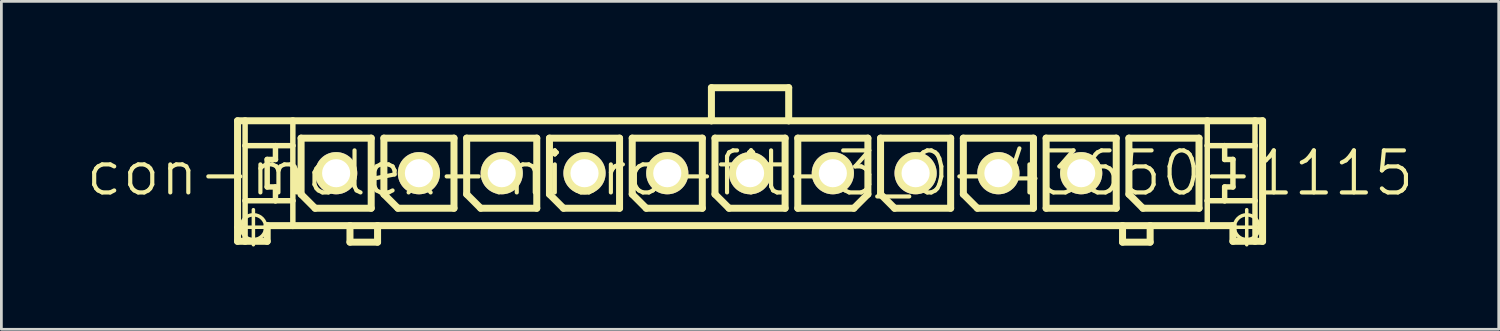
<source format=kicad_pcb>
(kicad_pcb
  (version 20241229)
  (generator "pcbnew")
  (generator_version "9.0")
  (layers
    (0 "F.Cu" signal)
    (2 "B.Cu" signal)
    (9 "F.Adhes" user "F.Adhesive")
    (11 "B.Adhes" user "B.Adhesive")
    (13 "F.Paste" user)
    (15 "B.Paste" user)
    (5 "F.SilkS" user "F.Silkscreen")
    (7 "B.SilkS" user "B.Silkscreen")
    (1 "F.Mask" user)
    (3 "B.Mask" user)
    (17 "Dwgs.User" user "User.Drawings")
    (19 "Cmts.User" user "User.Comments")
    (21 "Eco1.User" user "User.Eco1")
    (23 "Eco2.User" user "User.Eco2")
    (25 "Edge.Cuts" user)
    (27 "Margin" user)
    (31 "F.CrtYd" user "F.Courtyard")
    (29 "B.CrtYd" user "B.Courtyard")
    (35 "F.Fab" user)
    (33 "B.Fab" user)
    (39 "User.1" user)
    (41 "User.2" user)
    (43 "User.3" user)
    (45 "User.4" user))
  (footprint "con-molex-micro-fit-3_0-43650-1115"
    (layer "F.Cu")
    (at 24.13 3.226)
    (property "Reference" "con-molex-micro-fit-3_0-43650-1115" (at 0 0 0) (layer "F.SilkS") (effects (font (size 1.524 1.524) (thickness 0.15))))
    (attr exclude_from_pos_files exclude_from_bom)
    (fp_line (start -18.633 1.958) (end -17.363 1.958) (stroke (width 0.127) (type solid)) (layer "F.SilkS"))
    (fp_line (start -18.572 -1.9) (end -18.298 -1.9) (stroke (width 0.254) (type solid)) (layer "F.SilkS"))
    (fp_line (start -18.572 2.469) (end -18.572 -1.9) (stroke (width 0.254) (type solid)) (layer "F.SilkS"))
    (fp_line (start -18.298 -1.9) (end -16.568 -1.9) (stroke (width 0.254) (type solid)) (layer "F.SilkS"))
    (fp_line (start -18.298 -0.998) (end -18.298 -1.9) (stroke (width 0.198) (type solid)) (layer "F.SilkS"))
    (fp_line (start -18.298 0.998) (end -18.298 -0.998) (stroke (width 0.198) (type solid)) (layer "F.SilkS"))
    (fp_line (start -18.298 2.469) (end -18.572 2.469) (stroke (width 0.254) (type solid)) (layer "F.SilkS"))
    (fp_line (start -18.298 2.469) (end -18.298 0.998) (stroke (width 0.198) (type solid)) (layer "F.SilkS"))
    (fp_line (start -17.998 2.593) (end -17.998 1.323) (stroke (width 0.127) (type solid)) (layer "F.SilkS"))
    (fp_line (start -17.498 -0.498) (end -17.498 0.498) (stroke (width 0.198) (type solid)) (layer "F.SilkS"))
    (fp_line (start -17.498 0.498) (end -17.198 0.498) (stroke (width 0.198) (type solid)) (layer "F.SilkS"))
    (fp_line (start -17.498 1.9) (end -17.498 2.469) (stroke (width 0.254) (type solid)) (layer "F.SilkS"))
    (fp_line (start -17.498 2.469) (end -18.298 2.469) (stroke (width 0.254) (type solid)) (layer "F.SilkS"))
    (fp_line (start -17.198 -0.998) (end -18.298 -0.998) (stroke (width 0.198) (type solid)) (layer "F.SilkS"))
    (fp_line (start -17.198 -0.998) (end -17.198 -0.498) (stroke (width 0.198) (type solid)) (layer "F.SilkS"))
    (fp_line (start -17.198 -0.498) (end -17.498 -0.498) (stroke (width 0.198) (type solid)) (layer "F.SilkS"))
    (fp_line (start -17.198 0.498) (end -17.198 0.998) (stroke (width 0.198) (type solid)) (layer "F.SilkS"))
    (fp_line (start -17.198 0.998) (end -18.298 0.998) (stroke (width 0.198) (type solid)) (layer "F.SilkS"))
    (fp_line (start -16.568 -1.9) (end -1.4 -1.9) (stroke (width 0.254) (type solid)) (layer "F.SilkS"))
    (fp_line (start -16.568 -0.998) (end -17.198 -0.998) (stroke (width 0.198) (type solid)) (layer "F.SilkS"))
    (fp_line (start -16.568 -0.998) (end -16.568 -1.9) (stroke (width 0.198) (type solid)) (layer "F.SilkS"))
    (fp_line (start -16.568 0.998) (end -17.198 0.998) (stroke (width 0.198) (type solid)) (layer "F.SilkS"))
    (fp_line (start -16.568 0.998) (end -16.568 -0.998) (stroke (width 0.198) (type solid)) (layer "F.SilkS"))
    (fp_line (start -16.568 1.9) (end -17.498 1.9) (stroke (width 0.254) (type solid)) (layer "F.SilkS"))
    (fp_line (start -16.568 1.9) (end -16.568 0.998) (stroke (width 0.198) (type solid)) (layer "F.SilkS"))
    (fp_line (start -16.269 -1.27) (end -13.729 -1.27) (stroke (width 0.254) (type solid)) (layer "F.SilkS"))
    (fp_line (start -16.269 0.762) (end -16.269 -1.27) (stroke (width 0.254) (type solid)) (layer "F.SilkS"))
    (fp_line (start -15.761 1.27) (end -16.269 0.762) (stroke (width 0.254) (type solid)) (layer "F.SilkS"))
    (fp_line (start -14.498 1.9) (end -16.568 1.9) (stroke (width 0.254) (type solid)) (layer "F.SilkS"))
    (fp_line (start -14.498 1.9) (end -14.498 2.499) (stroke (width 0.254) (type solid)) (layer "F.SilkS"))
    (fp_line (start -14.498 2.499) (end -13.498 2.499) (stroke (width 0.254) (type solid)) (layer "F.SilkS"))
    (fp_line (start -13.729 -1.27) (end -13.729 1.27) (stroke (width 0.254) (type solid)) (layer "F.SilkS"))
    (fp_line (start -13.729 1.27) (end -15.761 1.27) (stroke (width 0.254) (type solid)) (layer "F.SilkS"))
    (fp_line (start -13.498 1.9) (end -14.498 1.9) (stroke (width 0.254) (type solid)) (layer "F.SilkS"))
    (fp_line (start -13.498 2.499) (end -13.498 1.9) (stroke (width 0.254) (type solid)) (layer "F.SilkS"))
    (fp_line (start -13.269 -1.27) (end -10.729 -1.27) (stroke (width 0.254) (type solid)) (layer "F.SilkS"))
    (fp_line (start -13.269 0.762) (end -13.269 -1.27) (stroke (width 0.254) (type solid)) (layer "F.SilkS"))
    (fp_line (start -12.761 1.27) (end -13.269 0.762) (stroke (width 0.254) (type solid)) (layer "F.SilkS"))
    (fp_line (start -10.729 -1.27) (end -10.729 1.27) (stroke (width 0.254) (type solid)) (layer "F.SilkS"))
    (fp_line (start -10.729 1.27) (end -12.761 1.27) (stroke (width 0.254) (type solid)) (layer "F.SilkS"))
    (fp_line (start -10.269 -1.27) (end -7.729 -1.27) (stroke (width 0.254) (type solid)) (layer "F.SilkS"))
    (fp_line (start -10.269 0.762) (end -10.269 -1.27) (stroke (width 0.254) (type solid)) (layer "F.SilkS"))
    (fp_line (start -9.761 1.27) (end -10.269 0.762) (stroke (width 0.254) (type solid)) (layer "F.SilkS"))
    (fp_line (start -7.729 -1.27) (end -7.729 1.27) (stroke (width 0.254) (type solid)) (layer "F.SilkS"))
    (fp_line (start -7.729 1.27) (end -9.761 1.27) (stroke (width 0.254) (type solid)) (layer "F.SilkS"))
    (fp_line (start -7.269 -1.27) (end -4.729 -1.27) (stroke (width 0.254) (type solid)) (layer "F.SilkS"))
    (fp_line (start -7.269 0.762) (end -7.269 -1.27) (stroke (width 0.254) (type solid)) (layer "F.SilkS"))
    (fp_line (start -6.761 1.27) (end -7.269 0.762) (stroke (width 0.254) (type solid)) (layer "F.SilkS"))
    (fp_line (start -4.729 -1.27) (end -4.729 1.27) (stroke (width 0.254) (type solid)) (layer "F.SilkS"))
    (fp_line (start -4.729 1.27) (end -6.761 1.27) (stroke (width 0.254) (type solid)) (layer "F.SilkS"))
    (fp_line (start -4.27 -1.27) (end -1.73 -1.27) (stroke (width 0.254) (type solid)) (layer "F.SilkS"))
    (fp_line (start -4.27 0.762) (end -4.27 -1.27) (stroke (width 0.254) (type solid)) (layer "F.SilkS"))
    (fp_line (start -3.762 1.27) (end -4.27 0.762) (stroke (width 0.254) (type solid)) (layer "F.SilkS"))
    (fp_line (start -1.73 -1.27) (end -1.73 1.27) (stroke (width 0.254) (type solid)) (layer "F.SilkS"))
    (fp_line (start -1.73 1.27) (end -3.762 1.27) (stroke (width 0.254) (type solid)) (layer "F.SilkS"))
    (fp_line (start -1.4 -3.099) (end -1.4 -1.9) (stroke (width 0.254) (type solid)) (layer "F.SilkS"))
    (fp_line (start -1.4 -3.099) (end 1.4 -3.099) (stroke (width 0.254) (type solid)) (layer "F.SilkS"))
    (fp_line (start -1.4 -1.9) (end 1.4 -1.9) (stroke (width 0.254) (type solid)) (layer "F.SilkS"))
    (fp_line (start -1.27 -1.27) (end 1.27 -1.27) (stroke (width 0.254) (type solid)) (layer "F.SilkS"))
    (fp_line (start -1.27 0.762) (end -1.27 -1.27) (stroke (width 0.254) (type solid)) (layer "F.SilkS"))
    (fp_line (start -0.762 1.27) (end -1.27 0.762) (stroke (width 0.254) (type solid)) (layer "F.SilkS"))
    (fp_line (start 1.27 -1.27) (end 1.27 1.27) (stroke (width 0.254) (type solid)) (layer "F.SilkS"))
    (fp_line (start 1.27 1.27) (end -0.762 1.27) (stroke (width 0.254) (type solid)) (layer "F.SilkS"))
    (fp_line (start 1.4 -3.099) (end 1.4 -1.9) (stroke (width 0.254) (type solid)) (layer "F.SilkS"))
    (fp_line (start 1.4 -1.9) (end 16.568 -1.9) (stroke (width 0.254) (type solid)) (layer "F.SilkS"))
    (fp_line (start 1.73 -1.27) (end 4.27 -1.27) (stroke (width 0.254) (type solid)) (layer "F.SilkS"))
    (fp_line (start 1.73 1.27) (end 1.73 -1.27) (stroke (width 0.254) (type solid)) (layer "F.SilkS"))
    (fp_line (start 3.762 1.27) (end 1.73 1.27) (stroke (width 0.254) (type solid)) (layer "F.SilkS"))
    (fp_line (start 4.27 -1.27) (end 4.27 0.762) (stroke (width 0.254) (type solid)) (layer "F.SilkS"))
    (fp_line (start 4.27 0.762) (end 3.762 1.27) (stroke (width 0.254) (type solid)) (layer "F.SilkS"))
    (fp_line (start 4.729 -1.27) (end 7.269 -1.27) (stroke (width 0.254) (type solid)) (layer "F.SilkS"))
    (fp_line (start 4.729 0.762) (end 4.729 -1.27) (stroke (width 0.254) (type solid)) (layer "F.SilkS"))
    (fp_line (start 5.237 1.27) (end 4.729 0.762) (stroke (width 0.254) (type solid)) (layer "F.SilkS"))
    (fp_line (start 7.269 -1.27) (end 7.269 1.27) (stroke (width 0.254) (type solid)) (layer "F.SilkS"))
    (fp_line (start 7.269 1.27) (end 5.237 1.27) (stroke (width 0.254) (type solid)) (layer "F.SilkS"))
    (fp_line (start 7.729 -1.27) (end 10.269 -1.27) (stroke (width 0.254) (type solid)) (layer "F.SilkS"))
    (fp_line (start 7.729 0.762) (end 7.729 -1.27) (stroke (width 0.254) (type solid)) (layer "F.SilkS"))
    (fp_line (start 8.237 1.27) (end 7.729 0.762) (stroke (width 0.254) (type solid)) (layer "F.SilkS"))
    (fp_line (start 10.269 -1.27) (end 10.269 1.27) (stroke (width 0.254) (type solid)) (layer "F.SilkS"))
    (fp_line (start 10.269 1.27) (end 8.237 1.27) (stroke (width 0.254) (type solid)) (layer "F.SilkS"))
    (fp_line (start 10.729 -1.27) (end 13.269 -1.27) (stroke (width 0.254) (type solid)) (layer "F.SilkS"))
    (fp_line (start 10.729 1.27) (end 10.729 -1.27) (stroke (width 0.254) (type solid)) (layer "F.SilkS"))
    (fp_line (start 13.269 -1.27) (end 13.269 1.27) (stroke (width 0.254) (type solid)) (layer "F.SilkS"))
    (fp_line (start 13.269 1.27) (end 10.729 1.27) (stroke (width 0.254) (type solid)) (layer "F.SilkS"))
    (fp_line (start 13.498 1.9) (end -13.498 1.9) (stroke (width 0.254) (type solid)) (layer "F.SilkS"))
    (fp_line (start 13.498 1.9) (end 13.498 2.499) (stroke (width 0.254) (type solid)) (layer "F.SilkS"))
    (fp_line (start 13.498 2.499) (end 14.498 2.499) (stroke (width 0.254) (type solid)) (layer "F.SilkS"))
    (fp_line (start 13.729 -1.27) (end 16.269 -1.27) (stroke (width 0.254) (type solid)) (layer "F.SilkS"))
    (fp_line (start 13.729 0.762) (end 13.729 -1.27) (stroke (width 0.254) (type solid)) (layer "F.SilkS"))
    (fp_line (start 14.237 1.27) (end 13.729 0.762) (stroke (width 0.254) (type solid)) (layer "F.SilkS"))
    (fp_line (start 14.498 1.9) (end 13.498 1.9) (stroke (width 0.254) (type solid)) (layer "F.SilkS"))
    (fp_line (start 14.498 2.499) (end 14.498 1.9) (stroke (width 0.254) (type solid)) (layer "F.SilkS"))
    (fp_line (start 16.269 -1.27) (end 16.269 1.27) (stroke (width 0.254) (type solid)) (layer "F.SilkS"))
    (fp_line (start 16.269 1.27) (end 14.237 1.27) (stroke (width 0.254) (type solid)) (layer "F.SilkS"))
    (fp_line (start 16.568 -1.9) (end 16.568 -0.998) (stroke (width 0.198) (type solid)) (layer "F.SilkS"))
    (fp_line (start 16.568 -1.9) (end 18.298 -1.9) (stroke (width 0.254) (type solid)) (layer "F.SilkS"))
    (fp_line (start 16.568 -0.998) (end 16.568 0.998) (stroke (width 0.198) (type solid)) (layer "F.SilkS"))
    (fp_line (start 16.568 -0.998) (end 17.198 -0.998) (stroke (width 0.198) (type solid)) (layer "F.SilkS"))
    (fp_line (start 16.568 0.998) (end 16.568 1.9) (stroke (width 0.198) (type solid)) (layer "F.SilkS"))
    (fp_line (start 16.568 0.998) (end 17.198 0.998) (stroke (width 0.198) (type solid)) (layer "F.SilkS"))
    (fp_line (start 16.568 1.9) (end 14.498 1.9) (stroke (width 0.254) (type solid)) (layer "F.SilkS"))
    (fp_line (start 17.198 -0.998) (end 17.198 -0.498) (stroke (width 0.198) (type solid)) (layer "F.SilkS"))
    (fp_line (start 17.198 -0.998) (end 18.298 -0.998) (stroke (width 0.198) (type solid)) (layer "F.SilkS"))
    (fp_line (start 17.198 -0.498) (end 17.498 -0.498) (stroke (width 0.198) (type solid)) (layer "F.SilkS"))
    (fp_line (start 17.198 0.498) (end 17.198 0.998) (stroke (width 0.198) (type solid)) (layer "F.SilkS"))
    (fp_line (start 17.198 0.998) (end 18.298 0.998) (stroke (width 0.198) (type solid)) (layer "F.SilkS"))
    (fp_line (start 17.363 1.958) (end 18.633 1.958) (stroke (width 0.127) (type solid)) (layer "F.SilkS"))
    (fp_line (start 17.498 -0.498) (end 17.498 0.498) (stroke (width 0.198) (type solid)) (layer "F.SilkS"))
    (fp_line (start 17.498 0.498) (end 17.198 0.498) (stroke (width 0.198) (type solid)) (layer "F.SilkS"))
    (fp_line (start 17.498 1.9) (end 16.568 1.9) (stroke (width 0.254) (type solid)) (layer "F.SilkS"))
    (fp_line (start 17.498 2.469) (end 17.498 1.9) (stroke (width 0.254) (type solid)) (layer "F.SilkS"))
    (fp_line (start 17.498 2.469) (end 18.298 2.469) (stroke (width 0.254) (type solid)) (layer "F.SilkS"))
    (fp_line (start 17.998 2.593) (end 17.998 1.323) (stroke (width 0.127) (type solid)) (layer "F.SilkS"))
    (fp_line (start 18.298 -1.9) (end 18.572 -1.9) (stroke (width 0.254) (type solid)) (layer "F.SilkS"))
    (fp_line (start 18.298 -0.998) (end 18.298 -1.9) (stroke (width 0.198) (type solid)) (layer "F.SilkS"))
    (fp_line (start 18.298 0.998) (end 18.298 -0.998) (stroke (width 0.198) (type solid)) (layer "F.SilkS"))
    (fp_line (start 18.298 2.469) (end 18.298 0.998) (stroke (width 0.198) (type solid)) (layer "F.SilkS"))
    (fp_line (start 18.298 2.469) (end 18.572 2.469) (stroke (width 0.254) (type solid)) (layer "F.SilkS"))
    (fp_line (start 18.572 -1.9) (end 18.572 2.469) (stroke (width 0.254) (type solid)) (layer "F.SilkS"))
    (fp_circle (center -17.998 1.958) (end -18.316 2.276) (stroke (width 0.127) (type solid)) (fill no) (layer "F.SilkS"))
    (fp_circle (center 17.998 1.958) (end 18.316 2.276) (stroke (width 0.127) (type solid)) (fill no) (layer "F.SilkS"))
    (pad "P$1" thru_hole rect (at 14.999 0) (size 0.001 0.001) (drill 1.019) (layers "*.Cu" "F.Mask" "F.SilkS" "F.Paste"))
    (pad "P$2" thru_hole circle (at 11.999 0) (size 1.529 1.529) (drill 1.019) (layers "*.Cu" "F.Mask" "F.SilkS" "F.Paste"))
    (pad "P$3" thru_hole circle (at 8.999 0) (size 1.529 1.529) (drill 1.019) (layers "*.Cu" "F.Mask" "F.SilkS" "F.Paste"))
    (pad "P$4" thru_hole circle (at 5.999 0) (size 1.529 1.529) (drill 1.019) (layers "*.Cu" "F.Mask" "F.SilkS" "F.Paste"))
    (pad "P$5" thru_hole circle (at 3 0) (size 1.529 1.529) (drill 1.019) (layers "*.Cu" "F.Mask" "F.SilkS" "F.Paste"))
    (pad "P$6" thru_hole circle (at 0 0) (size 1.529 1.529) (drill 1.019) (layers "*.Cu" "F.Mask" "F.SilkS" "F.Paste"))
    (pad "P$7" thru_hole circle (at -3 0) (size 1.529 1.529) (drill 1.019) (layers "*.Cu" "F.Mask" "F.SilkS" "F.Paste"))
    (pad "P$8" thru_hole circle (at -5.999 0) (size 1.529 1.529) (drill 1.019) (layers "*.Cu" "F.Mask" "F.SilkS" "F.Paste"))
    (pad "P$9" thru_hole circle (at -8.999 0) (size 1.529 1.529) (drill 1.019) (layers "*.Cu" "F.Mask" "F.SilkS" "F.Paste"))
    (pad "P$10" thru_hole circle (at -11.999 0) (size 1.529 1.529) (drill 1.019) (layers "*.Cu" "F.Mask" "F.SilkS" "F.Paste"))
    (pad "P$11" thru_hole circle (at -14.999 0) (size 1.529 1.529) (drill 1.019) (layers "*.Cu" "F.Mask" "F.SilkS" "F.Paste")))
  (gr_rect
    (start -3 -3)
    (end 51.26 8.883)
    (stroke (width 0.1) (type default))
    (fill no)
    (layer "Edge.Cuts")))
</source>
